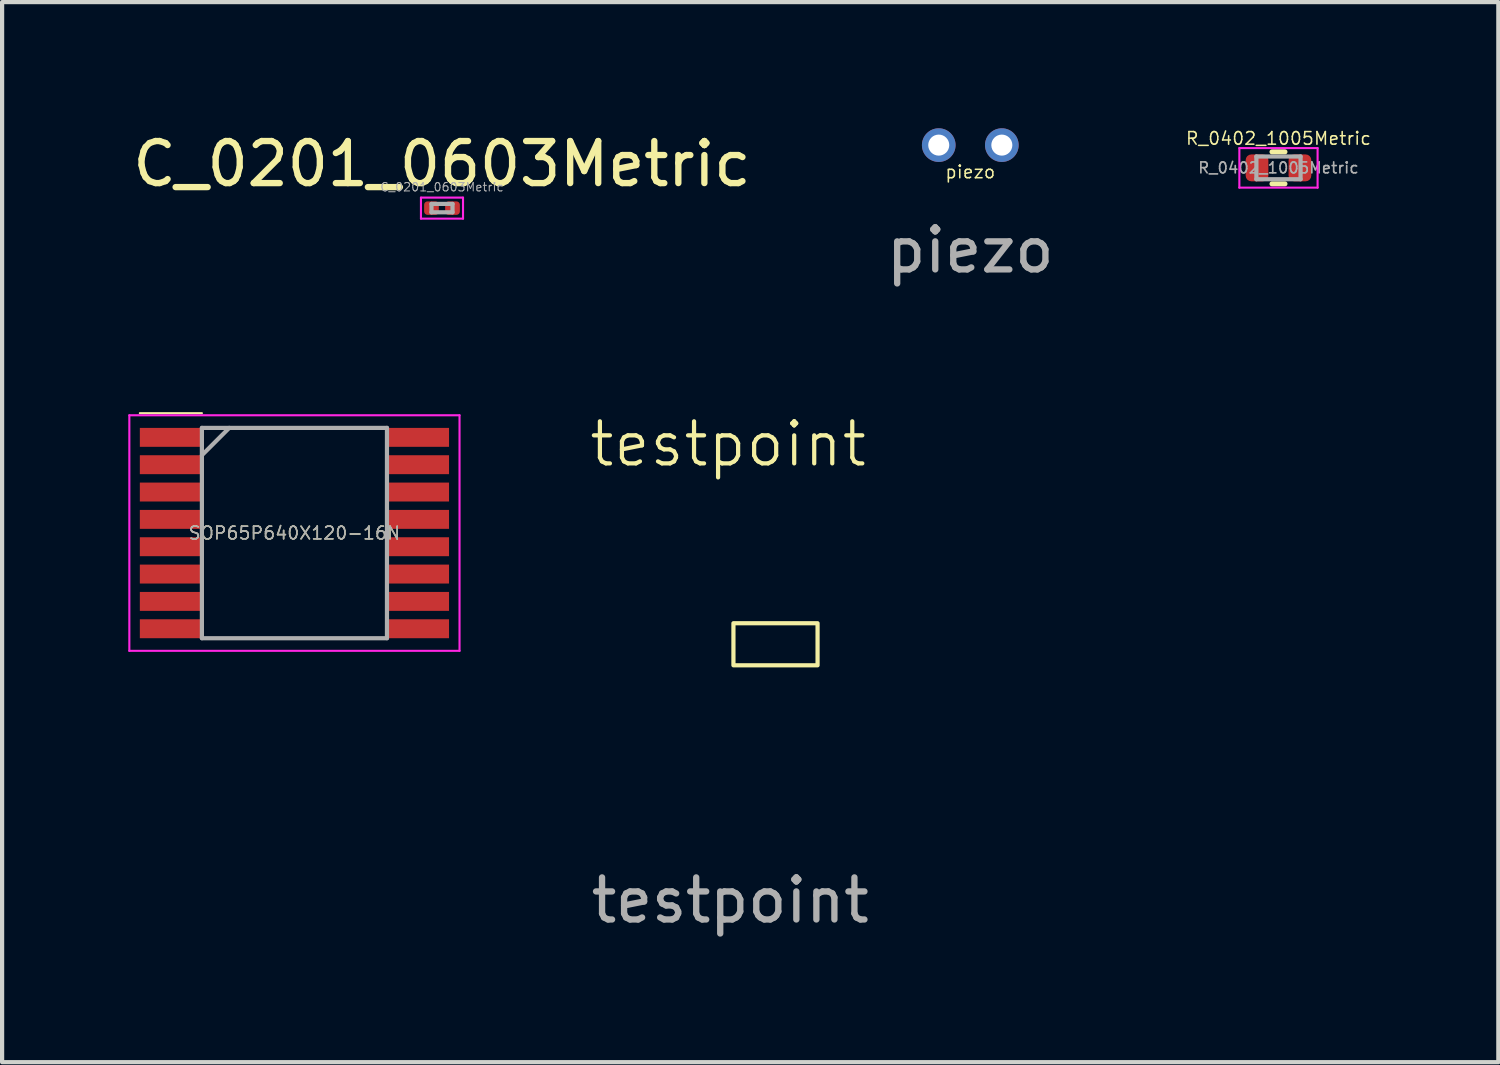
<source format=kicad_pcb>
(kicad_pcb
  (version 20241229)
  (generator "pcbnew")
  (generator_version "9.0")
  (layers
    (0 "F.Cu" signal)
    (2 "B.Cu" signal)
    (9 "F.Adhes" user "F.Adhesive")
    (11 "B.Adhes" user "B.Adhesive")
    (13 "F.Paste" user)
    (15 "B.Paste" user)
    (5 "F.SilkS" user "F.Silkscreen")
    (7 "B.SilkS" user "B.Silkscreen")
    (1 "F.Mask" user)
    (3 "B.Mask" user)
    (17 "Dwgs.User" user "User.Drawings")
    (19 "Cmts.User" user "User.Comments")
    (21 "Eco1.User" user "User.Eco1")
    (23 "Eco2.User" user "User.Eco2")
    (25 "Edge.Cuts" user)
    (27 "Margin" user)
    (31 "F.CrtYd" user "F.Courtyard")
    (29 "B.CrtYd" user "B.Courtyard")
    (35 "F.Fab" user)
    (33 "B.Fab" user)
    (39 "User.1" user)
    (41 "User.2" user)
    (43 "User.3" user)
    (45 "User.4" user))
  (footprint "testpoint"
    (layer "F.Cu")
    (at 14.387 12.767)
    (property "Reference" "testpoint" (at -0.127 -5.258 0) (unlocked yes) (layer "F.SilkS") (effects (font (size 1 1) (thickness 0.1))))
    (attr smd)
    (fp_rect (start 0 0) (end 2 -1) (stroke (width 0.1) (type default)) (fill no) (layer "F.SilkS"))
    (fp_text user "${REFERENCE}" (at -0.076 5.588 0) (unlocked yes) (layer "F.Fab") (effects (font (size 1 1) (thickness 0.15)))))
  (footprint "SOP65P640X120-16N"
    (layer "F.Cu")
    (at 3.95 9.623)
    (property "Reference" "SOP65P640X120-16N" (at 0 0 180) (layer "F.SilkS") (effects (font (size 0.3 0.3) (thickness 0.037))))
    (attr smd)
    (fp_line (start -3.675 -2.85) (end -2.2 -2.85) (stroke (width 0.05) (type solid)) (layer "F.SilkS"))
    (fp_line (start -3.925 -2.8) (end 3.925 -2.8) (stroke (width 0.05) (type solid)) (layer "F.CrtYd"))
    (fp_line (start -3.925 2.8) (end -3.925 -2.8) (stroke (width 0.05) (type solid)) (layer "F.CrtYd"))
    (fp_line (start 3.925 -2.8) (end 3.925 2.8) (stroke (width 0.05) (type solid)) (layer "F.CrtYd"))
    (fp_line (start 3.925 2.8) (end -3.925 2.8) (stroke (width 0.05) (type solid)) (layer "F.CrtYd"))
    (fp_line (start -2.2 -2.5) (end 2.2 -2.5) (stroke (width 0.1) (type solid)) (layer "F.Fab"))
    (fp_line (start -2.2 -1.85) (end -1.55 -2.5) (stroke (width 0.1) (type solid)) (layer "F.Fab"))
    (fp_line (start -2.2 2.5) (end -2.2 -2.5) (stroke (width 0.1) (type solid)) (layer "F.Fab"))
    (fp_line (start 2.2 -2.5) (end 2.2 2.5) (stroke (width 0.1) (type solid)) (layer "F.Fab"))
    (fp_line (start 2.2 2.5) (end -2.2 2.5) (stroke (width 0.1) (type solid)) (layer "F.Fab"))
    (fp_text user "${REFERENCE}" (at 0 0 180) (layer "F.Fab") (effects (font (size 0.3 0.3) (thickness 0.037))))
    (pad "1" smd rect (at -2.938 -2.275 90) (size 0.45 1.475) (layers "F.Cu" "F.Mask" "F.Paste"))
    (pad "2" smd rect (at -2.938 -1.625 90) (size 0.45 1.475) (layers "F.Cu" "F.Mask" "F.Paste"))
    (pad "3" smd rect (at -2.938 -0.975 90) (size 0.45 1.475) (layers "F.Cu" "F.Mask" "F.Paste"))
    (pad "4" smd rect (at -2.938 -0.325 90) (size 0.45 1.475) (layers "F.Cu" "F.Mask" "F.Paste"))
    (pad "5" smd rect (at -2.938 0.325 90) (size 0.45 1.475) (layers "F.Cu" "F.Mask" "F.Paste"))
    (pad "6" smd rect (at -2.938 0.975 90) (size 0.45 1.475) (layers "F.Cu" "F.Mask" "F.Paste"))
    (pad "7" smd rect (at -2.938 1.625 90) (size 0.45 1.475) (layers "F.Cu" "F.Mask" "F.Paste"))
    (pad "8" smd rect (at -2.938 2.275 90) (size 0.45 1.475) (layers "F.Cu" "F.Mask" "F.Paste"))
    (pad "9" smd rect (at 2.938 2.275 90) (size 0.45 1.475) (layers "F.Cu" "F.Mask" "F.Paste"))
    (pad "10" smd rect (at 2.938 1.625 90) (size 0.45 1.475) (layers "F.Cu" "F.Mask" "F.Paste"))
    (pad "11" smd rect (at 2.938 0.975 90) (size 0.45 1.475) (layers "F.Cu" "F.Mask" "F.Paste"))
    (pad "12" smd rect (at 2.938 0.325 90) (size 0.45 1.475) (layers "F.Cu" "F.Mask" "F.Paste"))
    (pad "13" smd rect (at 2.938 -0.325 90) (size 0.45 1.475) (layers "F.Cu" "F.Mask" "F.Paste"))
    (pad "14" smd rect (at 2.938 -0.975 90) (size 0.45 1.475) (layers "F.Cu" "F.Mask" "F.Paste"))
    (pad "15" smd rect (at 2.938 -1.625 90) (size 0.45 1.475) (layers "F.Cu" "F.Mask" "F.Paste"))
    (pad "16" smd rect (at 2.938 -2.275 90) (size 0.45 1.475) (layers "F.Cu" "F.Mask" "F.Paste")))
  (footprint "R_0402_1005Metric"
    (layer "F.Cu")
    (at 27.345 0.941)
    (property "Reference" "R_0402_1005Metric" (at 0 -0.7 0) (layer "F.SilkS") (effects (font (size 0.3 0.3) (thickness 0.037))))
    (attr smd)
    (fp_line (start -0.154 -0.38) (end 0.154 -0.38) (stroke (width 0.12) (type solid)) (layer "F.SilkS"))
    (fp_line (start -0.154 0.38) (end 0.154 0.38) (stroke (width 0.12) (type solid)) (layer "F.SilkS"))
    (fp_line (start -0.93 -0.47) (end 0.93 -0.47) (stroke (width 0.05) (type solid)) (layer "F.CrtYd"))
    (fp_line (start -0.93 0.47) (end -0.93 -0.47) (stroke (width 0.05) (type solid)) (layer "F.CrtYd"))
    (fp_line (start 0.93 -0.47) (end 0.93 0.47) (stroke (width 0.05) (type solid)) (layer "F.CrtYd"))
    (fp_line (start 0.93 0.47) (end -0.93 0.47) (stroke (width 0.05) (type solid)) (layer "F.CrtYd"))
    (fp_line (start -0.525 -0.27) (end 0.525 -0.27) (stroke (width 0.1) (type solid)) (layer "F.Fab"))
    (fp_line (start -0.525 0.27) (end -0.525 -0.27) (stroke (width 0.1) (type solid)) (layer "F.Fab"))
    (fp_line (start 0.525 -0.27) (end 0.525 0.27) (stroke (width 0.1) (type solid)) (layer "F.Fab"))
    (fp_line (start 0.525 0.27) (end -0.525 0.27) (stroke (width 0.1) (type solid)) (layer "F.Fab"))
    (fp_text user "${REFERENCE}" (at 0 0 0) (layer "F.Fab") (effects (font (size 0.26 0.26) (thickness 0.04))))
    (pad "1" smd roundrect (at -0.51 0) (size 0.54 0.64) (layers "F.Cu" "F.Mask" "F.Paste") (roundrect_rratio 0.25))
    (pad "2" smd roundrect (at 0.51 0) (size 0.54 0.64) (layers "F.Cu" "F.Mask" "F.Paste") (roundrect_rratio 0.25)))
  (footprint "piezo"
    (layer "F.Cu")
    (at 20.018 0.4)
    (property "Reference" "piezo" (at -0.000093 0.638 0) (unlocked yes) (layer "F.SilkS") (effects (font (size 0.3 0.3) (thickness 0.037))))
    (attr through_hole)
    (fp_text user "${REFERENCE}" (at 0 2.5 0) (unlocked yes) (layer "F.Fab") (effects (font (size 1 1) (thickness 0.15))))
    (pad "1" thru_hole circle (at -0.75 0) (size 0.8 0.8) (drill 0.5) (layers "*.Cu" "*.Mask"))
    (pad "2" thru_hole circle (at 0.75 0) (size 0.8 0.8) (drill 0.5) (layers "*.Cu" "*.Mask")))
  (footprint "C_0201_0603Metric"
    (layer "F.Cu")
    (at 7.458 1.898)
    (property "Reference" "C_0201_0603Metric" (at 0 -1.05 0) (layer "F.SilkS") (effects (font (size 1 1) (thickness 0.15))))
    (attr smd)
    (fp_line (start -0.5 -0.25) (end 0.5 -0.25) (stroke (width 0.05) (type solid)) (layer "F.CrtYd"))
    (fp_line (start -0.5 0.25) (end -0.5 -0.25) (stroke (width 0.05) (type solid)) (layer "F.CrtYd"))
    (fp_line (start 0.5 -0.25) (end 0.5 0.25) (stroke (width 0.05) (type solid)) (layer "F.CrtYd"))
    (fp_line (start 0.5 0.25) (end -0.5 0.25) (stroke (width 0.05) (type solid)) (layer "F.CrtYd"))
    (fp_line (start -0.25 -0.1) (end 0.25 -0.1) (stroke (width 0.1) (type solid)) (layer "F.Fab"))
    (fp_line (start -0.25 0.1) (end -0.25 -0.1) (stroke (width 0.1) (type solid)) (layer "F.Fab"))
    (fp_line (start 0.25 -0.1) (end 0.25 0.1) (stroke (width 0.1) (type solid)) (layer "F.Fab"))
    (fp_line (start 0.25 0.1) (end -0.25 0.1) (stroke (width 0.1) (type solid)) (layer "F.Fab"))
    (fp_text user "${REFERENCE}" (at 0 -0.5 0) (layer "F.Fab") (effects (font (size 0.2 0.2) (thickness 0.025))))
    (pad "" smd roundrect (at -0.25 0) (size 0.25 0.25) (layers "F.Paste") (roundrect_rratio 0.25))
    (pad "" smd roundrect (at 0.25 0) (size 0.25 0.25) (layers "F.Paste") (roundrect_rratio 0.25))
    (pad "1" smd roundrect (at -0.25 0 90) (size 0.32 0.35) (layers "F.Cu" "F.Mask") (roundrect_rratio 0.25))
    (pad "2" smd roundrect (at 0.25 0 90) (size 0.32 0.35) (layers "F.Cu" "F.Mask") (roundrect_rratio 0.25)))
  (gr_rect
    (start -3 -3)
    (end 32.572 22.203)
    (stroke (width 0.1) (type default))
    (fill no)
    (layer "Edge.Cuts")))
</source>
